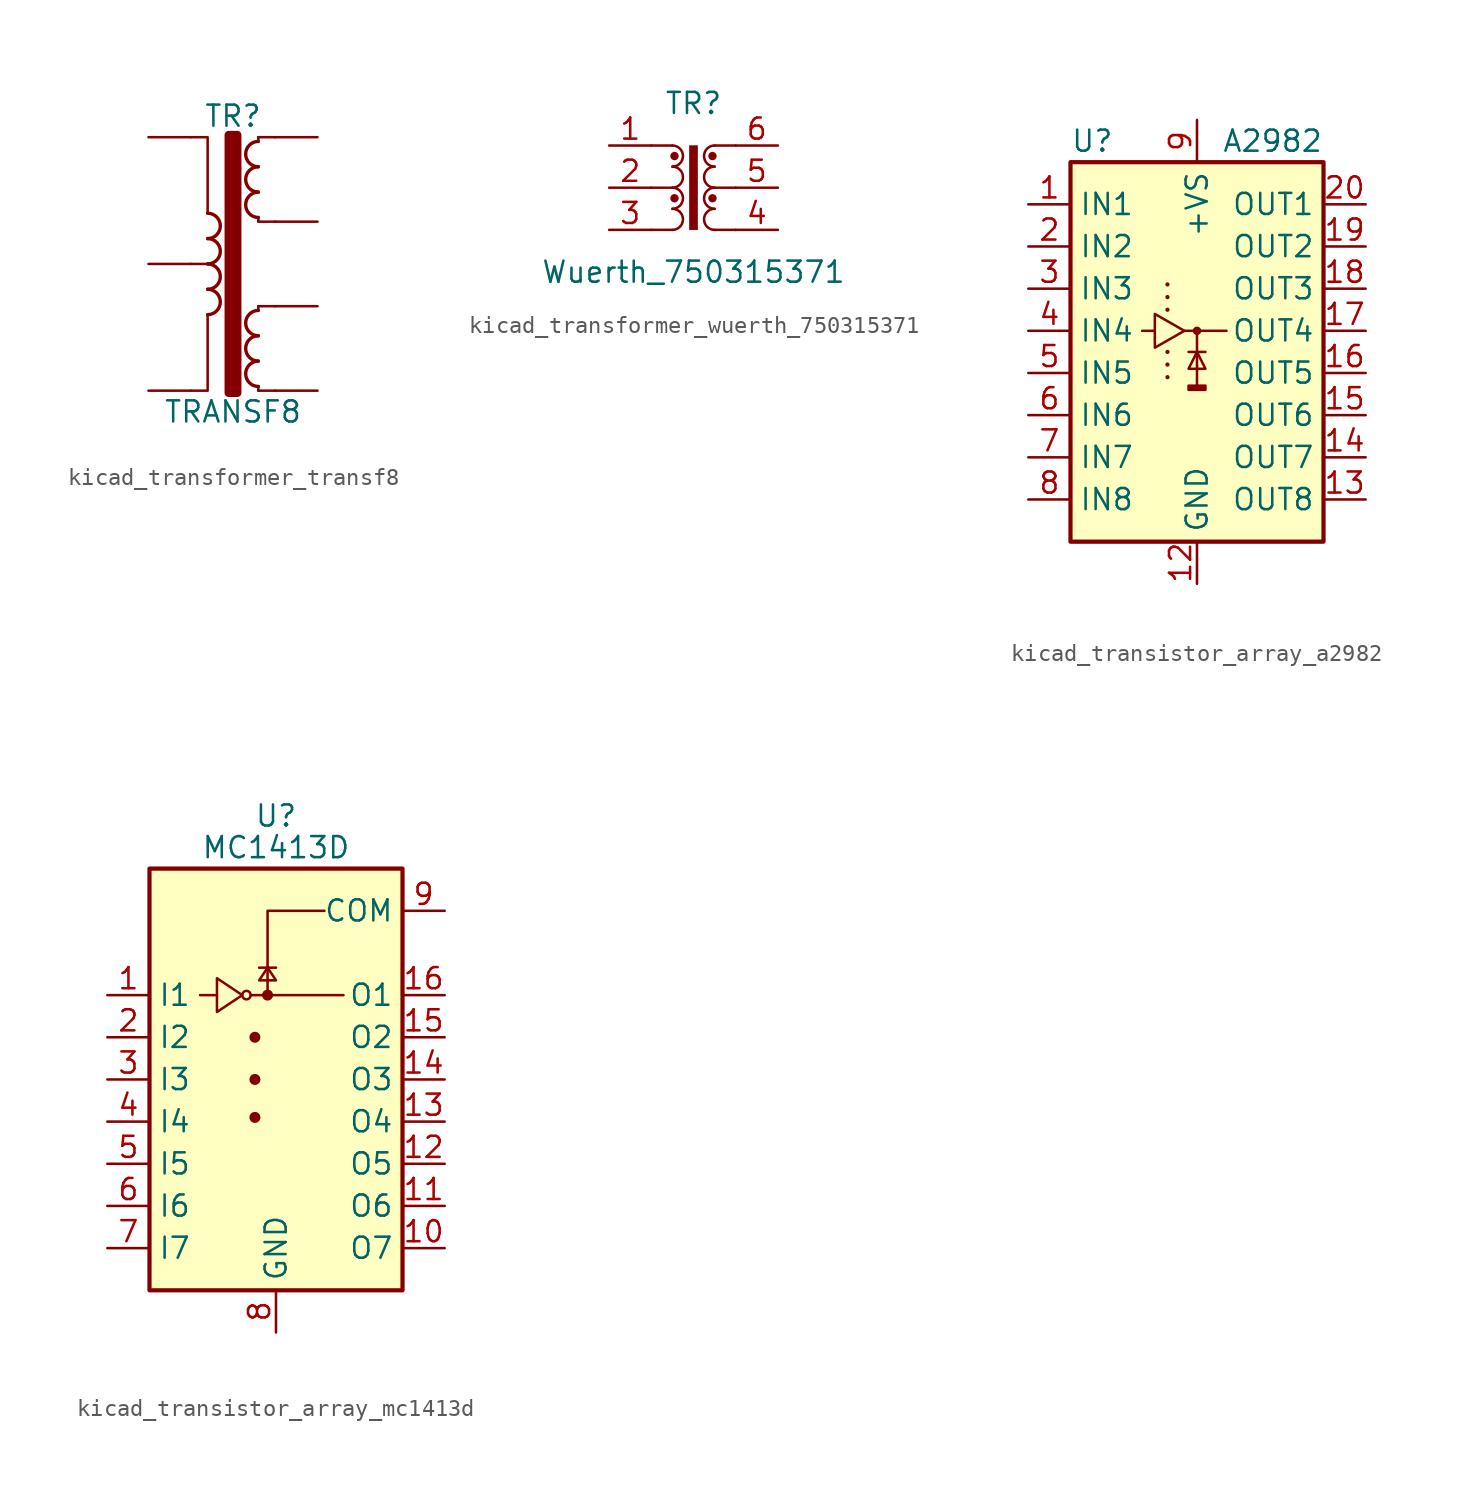
<source format=kicad_sym>
(kicad_symbol_lib
  (version 20220914)
  (generator kicad_symbol_editor)
  (symbol "kicad_transformer_transf8"
    (pin_numbers hide)
    (pin_names
      (offset 0))
    (property "Reference" "TR"
      (at 0 8.89 0)
      (effects (font (size 1.27 1.27))))
    (property "Value" "TRANSF8"
      (at 0 -8.89 0)
      (effects (font (size 1.27 1.27))))
    (symbol "kicad_transformer_transf8_0_1"
      (arc (start -1.524 -3.048) (mid -0.7653 -2.286) (end -1.524 -1.524) (stroke (width 0.2032) (type default)) (fill (type none)))
      (arc (start -1.524 -1.524) (mid -0.7653 -0.762) (end -1.524 0) (stroke (width 0.2032) (type default)) (fill (type none)))
      (arc (start -1.524 0) (mid -0.7653 0.762) (end -1.524 1.524) (stroke (width 0.2032) (type default)) (fill (type none)))
      (arc (start -1.524 1.524) (mid -0.7653 2.286) (end -1.524 3.048) (stroke (width 0.2032) (type default)) (fill (type none)))
      (rectangle (start -0.254 7.747) (end 0.254 -7.747) (stroke (width 0.508) (type default)) (fill (type outline)))
      (polyline (pts (xy -1.524 0) (xy -2.54 0) (xy -2.54 0)) (stroke (width 0) (type default)) (fill (type outline)))
      (polyline (pts (xy 1.524 -7.366) (xy 1.524 -7.62) (xy 1.524 -7.62)) (stroke (width 0) (type default)) (fill (type outline)))
      (polyline (pts (xy 1.524 -2.54) (xy 1.524 -2.794) (xy 1.524 -2.794)) (stroke (width 0) (type default)) (fill (type outline)))
      (polyline (pts (xy 1.524 -2.54) (xy 2.54 -2.54) (xy 2.54 -2.54)) (stroke (width 0) (type default)) (fill (type none)))
      (polyline (pts (xy 1.524 2.54) (xy 1.524 2.794) (xy 1.524 2.794)) (stroke (width 0) (type default)) (fill (type outline)))
      (polyline (pts (xy 1.524 2.54) (xy 2.54 2.54) (xy 2.54 2.54)) (stroke (width 0) (type default)) (fill (type none)))
      (polyline (pts (xy 1.524 7.62) (xy 1.524 7.366) (xy 1.524 7.366)) (stroke (width 0) (type default)) (fill (type outline)))
      (polyline (pts (xy 1.524 7.62) (xy 2.54 7.62) (xy 2.54 7.62)) (stroke (width 0) (type default)) (fill (type none)))
      (polyline (pts (xy 2.54 -7.62) (xy 1.524 -7.62) (xy 1.524 -7.62)) (stroke (width 0) (type default)) (fill (type none)))
      (polyline (pts (xy -2.54 -7.62) (xy -1.524 -7.62) (xy -1.524 -3.048) (xy -1.524 -3.048)) (stroke (width 0) (type default)) (fill (type none)))
      (polyline (pts (xy -2.54 7.62) (xy -1.524 7.62) (xy -1.524 3.048) (xy -1.524 3.048)) (stroke (width 0) (type default)) (fill (type none)))
      (arc (start 1.524 -5.842) (mid 0.7653 -6.604) (end 1.524 -7.366) (stroke (width 0.2032) (type default)) (fill (type none)))
      (arc (start 1.524 -4.318) (mid 0.7653 -5.08) (end 1.524 -5.842) (stroke (width 0.2032) (type default)) (fill (type none)))
      (arc (start 1.524 -2.794) (mid 0.7653 -3.556) (end 1.524 -4.318) (stroke (width 0.2032) (type default)) (fill (type none)))
      (arc (start 1.524 4.318) (mid 0.7653 3.556) (end 1.524 2.794) (stroke (width 0.2032) (type default)) (fill (type none)))
      (arc (start 1.524 5.842) (mid 0.7653 5.08) (end 1.524 4.318) (stroke (width 0.2032) (type default)) (fill (type none)))
      (arc (start 1.524 7.366) (mid 0.7653 6.604) (end 1.524 5.842) (stroke (width 0.2032) (type default)) (fill (type none))))
    (symbol "kicad_transformer_transf8_1_1"
      (pin passive line (at -5.08 7.62 0) (length 2.54) (name "~" (effects (font (size 1.27 1.27)))) (number "1" (effects (font (size 1.27 1.27)))))
      (pin passive line (at -5.08 0 0) (length 2.54) (name "~" (effects (font (size 1.27 1.27)))) (number "2" (effects (font (size 1.27 1.27)))))
      (pin passive line (at -5.08 -7.62 0) (length 2.54) (name "~" (effects (font (size 1.27 1.27)))) (number "3" (effects (font (size 1.27 1.27)))))
      (pin passive line (at 5.08 7.62 180) (length 2.54) (name "~" (effects (font (size 1.27 1.27)))) (number "4" (effects (font (size 1.27 1.27)))))
      (pin passive line (at 5.08 2.54 180) (length 2.54) (name "~" (effects (font (size 1.27 1.27)))) (number "5" (effects (font (size 1.27 1.27)))))
      (pin passive line (at 5.08 -2.54 180) (length 2.54) (name "~" (effects (font (size 1.27 1.27)))) (number "6" (effects (font (size 1.27 1.27)))))
      (pin passive line (at 5.08 -7.62 180) (length 2.54) (name "~" (effects (font (size 1.27 1.27)))) (number "7" (effects (font (size 1.27 1.27)))))))
  (symbol "kicad_transformer_wuerth_750315371"
    (property "Reference" "TR"
      (at 0 5.08 0)
      (effects (font (size 1.27 1.27))))
    (property "Value" "Wuerth_750315371"
      (at 0 -5.08 0)
      (effects (font (size 1.27 1.27))))
    (symbol "kicad_transformer_wuerth_750315371_0_1"
      (arc (start -1.27 -2.54) (mid -0.6377 -1.905) (end -1.27 -1.27) (stroke (width 0) (type default)) (fill (type none)))
      (arc (start -1.27 -1.27) (mid -0.6377 -0.635) (end -1.27 0) (stroke (width 0) (type default)) (fill (type none)))
      (rectangle (start -0.254 2.54) (end 0.254 -2.54) (stroke (width 0.025) (type default)) (fill (type outline)))
      (polyline (pts (xy -2.54 -2.54) (xy -1.27 -2.54)) (stroke (width 0) (type default)) (fill (type none)))
      (polyline (pts (xy -2.54 0) (xy -1.27 0)) (stroke (width 0) (type default)) (fill (type none)))
      (polyline (pts (xy -2.54 2.54) (xy -1.27 2.54)) (stroke (width 0) (type default)) (fill (type none)))
      (polyline (pts (xy 1.27 -2.54) (xy 2.54 -2.54)) (stroke (width 0) (type default)) (fill (type none)))
      (polyline (pts (xy 1.27 0) (xy 2.54 0)) (stroke (width 0) (type default)) (fill (type none)))
      (polyline (pts (xy 1.27 2.54) (xy 2.54 2.54)) (stroke (width 0) (type default)) (fill (type none))))
    (symbol "kicad_transformer_wuerth_750315371_1_1"
      (arc (start -1.27 0) (mid -0.6377 0.635) (end -1.27 1.27) (stroke (width 0) (type default)) (fill (type none)))
      (arc (start -1.27 1.27) (mid -0.6377 1.905) (end -1.27 2.54) (stroke (width 0) (type default)) (fill (type none)))
      (circle (center -1.143 -0.635) (radius 0.127) (stroke (width 0.254) (type default)) (fill (type none)))
      (circle (center -1.143 1.905) (radius 0.127) (stroke (width 0.254) (type default)) (fill (type none)))
      (circle (center 1.143 -0.635) (radius 0.127) (stroke (width 0.254) (type default)) (fill (type none)))
      (circle (center 1.143 1.905) (radius 0.127) (stroke (width 0.254) (type default)) (fill (type none)))
      (arc (start 1.27 -1.27) (mid 0.6377 -1.905) (end 1.27 -2.54) (stroke (width 0) (type default)) (fill (type none)))
      (arc (start 1.27 0) (mid 0.6377 -0.635) (end 1.27 -1.27) (stroke (width 0) (type default)) (fill (type none)))
      (arc (start 1.27 1.27) (mid 0.6377 0.635) (end 1.27 0) (stroke (width 0) (type default)) (fill (type none)))
      (arc (start 1.27 2.54) (mid 0.6377 1.905) (end 1.27 1.27) (stroke (width 0) (type default)) (fill (type none)))
      (pin passive line (at -5.08 2.54 0) (length 2.54) (name "~" (effects (font (size 1.27 1.27)))) (number "1" (effects (font (size 1.27 1.27)))))
      (pin passive line (at -5.08 0 0) (length 2.54) (name "~" (effects (font (size 1.27 1.27)))) (number "2" (effects (font (size 1.27 1.27)))))
      (pin passive line (at -5.08 -2.54 0) (length 2.54) (name "~" (effects (font (size 1.27 1.27)))) (number "3" (effects (font (size 1.27 1.27)))))
      (pin passive line (at 5.08 -2.54 180) (length 2.54) (name "~" (effects (font (size 1.27 1.27)))) (number "4" (effects (font (size 1.27 1.27)))))
      (pin passive line (at 5.08 0 180) (length 2.54) (name "~" (effects (font (size 1.27 1.27)))) (number "5" (effects (font (size 1.27 1.27)))))
      (pin passive line (at 5.08 2.54 180) (length 2.54) (name "~" (effects (font (size 1.27 1.27)))) (number "6" (effects (font (size 1.27 1.27)))))))
  (symbol "kicad_transistor_array_a2982"
    (property "Reference" "U"
      (at -7.62 11.43 0)
      (effects (font (size 1.27 1.27)) (justify left)))
    (property "Value" "A2982"
      (at 7.62 11.43 0)
      (effects (font (size 1.27 1.27)) (justify right)))
    (symbol "kicad_transistor_array_a2982_0_1"
      (rectangle (start -7.62 10.16) (end 7.62 -12.7) (stroke (width 0.254) (type default)) (fill (type background)))
      (rectangle (start -0.508 -3.302) (end 0.508 -3.556) (stroke (width 0) (type default)) (fill (type outline)))
      (polyline (pts (xy -1.778 -2.794) (xy -1.778 -2.794)) (stroke (width 0.254) (type default)) (fill (type none)))
      (polyline (pts (xy -1.778 -2.032) (xy -1.778 -2.032)) (stroke (width 0.254) (type default)) (fill (type none)))
      (polyline (pts (xy -1.778 -1.27) (xy -1.778 -1.27)) (stroke (width 0.254) (type default)) (fill (type none)))
      (polyline (pts (xy -1.778 1.27) (xy -1.778 1.27)) (stroke (width 0.254) (type default)) (fill (type none)))
      (polyline (pts (xy -1.778 2.032) (xy -1.778 2.032)) (stroke (width 0.254) (type default)) (fill (type none)))
      (polyline (pts (xy -1.778 2.794) (xy -1.778 2.794)) (stroke (width 0.254) (type default)) (fill (type none)))
      (polyline (pts (xy -0.762 0) (xy 1.778 0)) (stroke (width 0) (type default)) (fill (type none)))
      (polyline (pts (xy -0.508 -1.27) (xy 0.508 -1.27)) (stroke (width 0) (type default)) (fill (type none)))
      (polyline (pts (xy 0 0) (xy 0 -3.302)) (stroke (width 0) (type default)) (fill (type none)))
      (polyline (pts (xy 0 0) (xy 0 0)) (stroke (width 0.508) (type default)) (fill (type none)))
      (polyline (pts (xy 0 -1.27) (xy -0.508 -2.286) (xy 0.508 -2.286) (xy 0 -1.27)) (stroke (width 0) (type default)) (fill (type none)))
      (polyline (pts (xy -3.302 0) (xy -2.54 0) (xy -2.54 1.016) (xy -0.762 0) (xy -2.54 -1.016) (xy -2.54 0)) (stroke (width 0) (type default)) (fill (type none))))
    (symbol "kicad_transistor_array_a2982_1_1"
      (pin input line (at -10.16 7.62 0) (length 2.54) (name "IN1" (effects (font (size 1.27 1.27)))) (number "1" (effects (font (size 1.27 1.27)))))
      (pin no_connect line (at -2.54 -12.7 90) (length 2.54) hide (name "NC" (effects (font (size 1.27 1.27)))) (number "10" (effects (font (size 1.27 1.27)))))
      (pin no_connect line (at 2.54 -12.7 90) (length 2.54) hide (name "NC" (effects (font (size 1.27 1.27)))) (number "11" (effects (font (size 1.27 1.27)))))
      (pin power_in line (at 0 -15.24 90) (length 2.54) (name "GND" (effects (font (size 1.27 1.27)))) (number "12" (effects (font (size 1.27 1.27)))))
      (pin open_emitter line (at 10.16 -10.16 180) (length 2.54) (name "OUT8" (effects (font (size 1.27 1.27)))) (number "13" (effects (font (size 1.27 1.27)))))
      (pin open_emitter line (at 10.16 -7.62 180) (length 2.54) (name "OUT7" (effects (font (size 1.27 1.27)))) (number "14" (effects (font (size 1.27 1.27)))))
      (pin open_emitter line (at 10.16 -5.08 180) (length 2.54) (name "OUT6" (effects (font (size 1.27 1.27)))) (number "15" (effects (font (size 1.27 1.27)))))
      (pin open_emitter line (at 10.16 -2.54 180) (length 2.54) (name "OUT5" (effects (font (size 1.27 1.27)))) (number "16" (effects (font (size 1.27 1.27)))))
      (pin open_emitter line (at 10.16 0 180) (length 2.54) (name "OUT4" (effects (font (size 1.27 1.27)))) (number "17" (effects (font (size 1.27 1.27)))))
      (pin open_emitter line (at 10.16 2.54 180) (length 2.54) (name "OUT3" (effects (font (size 1.27 1.27)))) (number "18" (effects (font (size 1.27 1.27)))))
      (pin open_emitter line (at 10.16 5.08 180) (length 2.54) (name "OUT2" (effects (font (size 1.27 1.27)))) (number "19" (effects (font (size 1.27 1.27)))))
      (pin input line (at -10.16 5.08 0) (length 2.54) (name "IN2" (effects (font (size 1.27 1.27)))) (number "2" (effects (font (size 1.27 1.27)))))
      (pin open_emitter line (at 10.16 7.62 180) (length 2.54) (name "OUT1" (effects (font (size 1.27 1.27)))) (number "20" (effects (font (size 1.27 1.27)))))
      (pin input line (at -10.16 2.54 0) (length 2.54) (name "IN3" (effects (font (size 1.27 1.27)))) (number "3" (effects (font (size 1.27 1.27)))))
      (pin input line (at -10.16 0 0) (length 2.54) (name "IN4" (effects (font (size 1.27 1.27)))) (number "4" (effects (font (size 1.27 1.27)))))
      (pin input line (at -10.16 -2.54 0) (length 2.54) (name "IN5" (effects (font (size 1.27 1.27)))) (number "5" (effects (font (size 1.27 1.27)))))
      (pin input line (at -10.16 -5.08 0) (length 2.54) (name "IN6" (effects (font (size 1.27 1.27)))) (number "6" (effects (font (size 1.27 1.27)))))
      (pin input line (at -10.16 -7.62 0) (length 2.54) (name "IN7" (effects (font (size 1.27 1.27)))) (number "7" (effects (font (size 1.27 1.27)))))
      (pin input line (at -10.16 -10.16 0) (length 2.54) (name "IN8" (effects (font (size 1.27 1.27)))) (number "8" (effects (font (size 1.27 1.27)))))
      (pin power_in line (at 0 12.7 270) (length 2.54) (name "+VS" (effects (font (size 1.27 1.27)))) (number "9" (effects (font (size 1.27 1.27)))))))
  (symbol "kicad_transistor_array_mc1413d"
    (property "Reference" "U"
      (at 0 15.875 0)
      (effects (font (size 1.27 1.27))))
    (property "Value" "MC1413D"
      (at 0 13.97 0)
      (effects (font (size 1.27 1.27))))
    (symbol "kicad_transistor_array_mc1413d_0_1"
      (rectangle (start -7.62 -12.7) (end 7.62 12.7) (stroke (width 0.254) (type default)) (fill (type background)))
      (circle (center -1.778 5.08) (radius 0.254) (stroke (width 0) (type default)) (fill (type none)))
      (circle (center -1.27 -2.286) (radius 0.254) (stroke (width 0) (type default)) (fill (type outline)))
      (circle (center -1.27 0) (radius 0.254) (stroke (width 0) (type default)) (fill (type outline)))
      (circle (center -1.27 2.54) (radius 0.254) (stroke (width 0) (type default)) (fill (type outline)))
      (circle (center -0.508 5.08) (radius 0.254) (stroke (width 0) (type default)) (fill (type outline)))
      (polyline (pts (xy -4.572 5.08) (xy -3.556 5.08)) (stroke (width 0) (type default)) (fill (type none)))
      (polyline (pts (xy -1.524 5.08) (xy 4.064 5.08)) (stroke (width 0) (type default)) (fill (type none)))
      (polyline (pts (xy 0 6.731) (xy -1.016 6.731)) (stroke (width 0) (type default)) (fill (type none)))
      (polyline (pts (xy -0.508 5.08) (xy -0.508 10.16) (xy 2.921 10.16)) (stroke (width 0) (type default)) (fill (type none)))
      (polyline (pts (xy -3.556 6.096) (xy -3.556 4.064) (xy -2.032 5.08) (xy -3.556 6.096)) (stroke (width 0) (type default)) (fill (type none)))
      (polyline (pts (xy 0 5.969) (xy -1.016 5.969) (xy -0.508 6.731) (xy 0 5.969)) (stroke (width 0) (type default)) (fill (type none))))
    (symbol "kicad_transistor_array_mc1413d_1_1"
      (pin input line (at -10.16 5.08 0) (length 2.54) (name "I1" (effects (font (size 1.27 1.27)))) (number "1" (effects (font (size 1.27 1.27)))))
      (pin open_collector line (at 10.16 -10.16 180) (length 2.54) (name "O7" (effects (font (size 1.27 1.27)))) (number "10" (effects (font (size 1.27 1.27)))))
      (pin open_collector line (at 10.16 -7.62 180) (length 2.54) (name "O6" (effects (font (size 1.27 1.27)))) (number "11" (effects (font (size 1.27 1.27)))))
      (pin open_collector line (at 10.16 -5.08 180) (length 2.54) (name "O5" (effects (font (size 1.27 1.27)))) (number "12" (effects (font (size 1.27 1.27)))))
      (pin open_collector line (at 10.16 -2.54 180) (length 2.54) (name "O4" (effects (font (size 1.27 1.27)))) (number "13" (effects (font (size 1.27 1.27)))))
      (pin open_collector line (at 10.16 0 180) (length 2.54) (name "O3" (effects (font (size 1.27 1.27)))) (number "14" (effects (font (size 1.27 1.27)))))
      (pin open_collector line (at 10.16 2.54 180) (length 2.54) (name "O2" (effects (font (size 1.27 1.27)))) (number "15" (effects (font (size 1.27 1.27)))))
      (pin open_collector line (at 10.16 5.08 180) (length 2.54) (name "O1" (effects (font (size 1.27 1.27)))) (number "16" (effects (font (size 1.27 1.27)))))
      (pin input line (at -10.16 2.54 0) (length 2.54) (name "I2" (effects (font (size 1.27 1.27)))) (number "2" (effects (font (size 1.27 1.27)))))
      (pin input line (at -10.16 0 0) (length 2.54) (name "I3" (effects (font (size 1.27 1.27)))) (number "3" (effects (font (size 1.27 1.27)))))
      (pin input line (at -10.16 -2.54 0) (length 2.54) (name "I4" (effects (font (size 1.27 1.27)))) (number "4" (effects (font (size 1.27 1.27)))))
      (pin input line (at -10.16 -5.08 0) (length 2.54) (name "I5" (effects (font (size 1.27 1.27)))) (number "5" (effects (font (size 1.27 1.27)))))
      (pin input line (at -10.16 -7.62 0) (length 2.54) (name "I6" (effects (font (size 1.27 1.27)))) (number "6" (effects (font (size 1.27 1.27)))))
      (pin input line (at -10.16 -10.16 0) (length 2.54) (name "I7" (effects (font (size 1.27 1.27)))) (number "7" (effects (font (size 1.27 1.27)))))
      (pin power_in line (at 0 -15.24 90) (length 2.54) (name "GND" (effects (font (size 1.27 1.27)))) (number "8" (effects (font (size 1.27 1.27)))))
      (pin passive line (at 10.16 10.16 180) (length 2.54) (name "COM" (effects (font (size 1.27 1.27)))) (number "9" (effects (font (size 1.27 1.27))))))))
</source>
